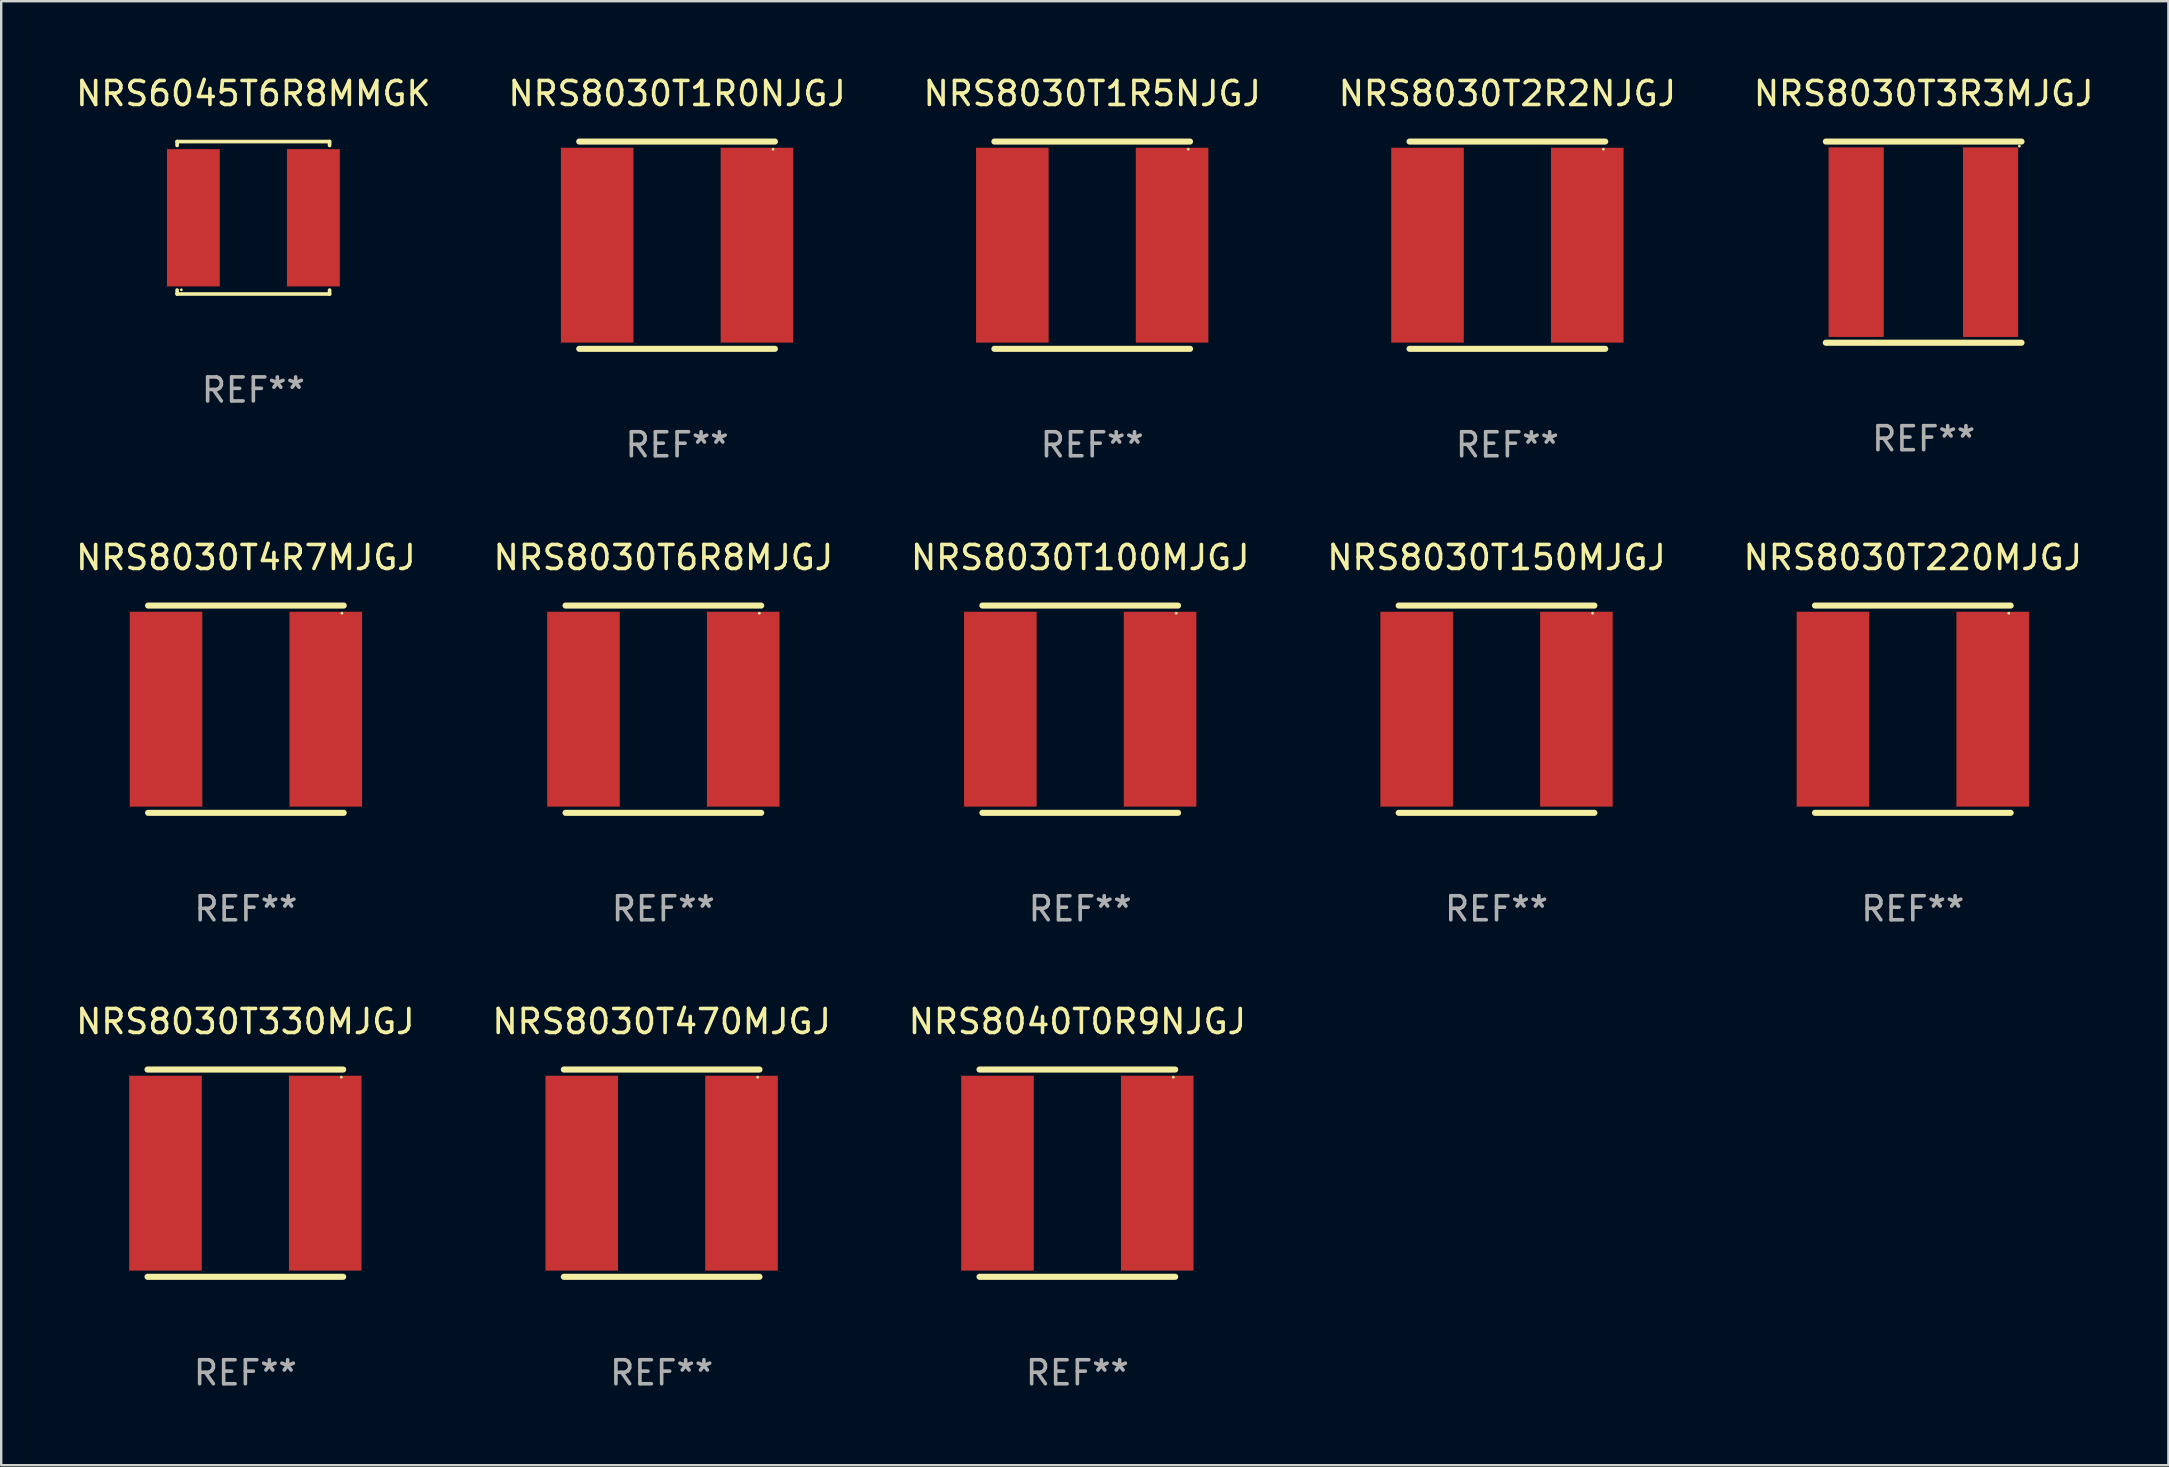
<source format=kicad_pcb>
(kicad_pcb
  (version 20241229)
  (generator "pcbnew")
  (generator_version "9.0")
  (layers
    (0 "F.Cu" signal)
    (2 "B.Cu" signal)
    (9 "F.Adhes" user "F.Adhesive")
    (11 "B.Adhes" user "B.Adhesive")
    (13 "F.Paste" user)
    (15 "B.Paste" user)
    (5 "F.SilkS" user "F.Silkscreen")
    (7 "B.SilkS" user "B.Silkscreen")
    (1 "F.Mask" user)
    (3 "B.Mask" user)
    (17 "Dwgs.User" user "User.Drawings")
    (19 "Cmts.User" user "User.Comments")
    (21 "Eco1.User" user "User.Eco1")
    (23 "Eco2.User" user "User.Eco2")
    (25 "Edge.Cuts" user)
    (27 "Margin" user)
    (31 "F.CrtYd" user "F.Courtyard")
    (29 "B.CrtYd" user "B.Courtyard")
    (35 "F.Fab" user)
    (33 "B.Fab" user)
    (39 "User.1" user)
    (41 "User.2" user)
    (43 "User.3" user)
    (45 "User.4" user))
  (footprint "NRS8030T100MJGJ"
    (layer "F.Cu")
    (at 41.958 26.499)
    (property "Reference" "NRS8030T100MJGJ" (at 0 -6.318 0) (layer "F.SilkS") (effects (font (size 1 1) (thickness 0.15))))
    (attr through_hole)
    (fp_line (start -4.076 -4.318) (end 4.076 -4.318) (stroke (width 0.254) (type solid)) (layer "F.SilkS"))
    (fp_line (start -4.076 4.318) (end 4.076 4.318) (stroke (width 0.254) (type solid)) (layer "F.SilkS"))
    (fp_circle (center 4 -4) (end 4.03 -4) (stroke (width 0.06) (type solid)) (fill no) (layer "F.SilkS"))
    (fp_text user "REF**" (at 0 8.318 0) (layer "F.Fab") (effects (font (size 1 1) (thickness 0.15))))
    (pad "1" smd rect (at 3.328 0) (size 3.024 8.12) (layers "F.Cu" "F.Mask" "F.Paste"))
    (pad "2" smd rect (at -3.328 0) (size 3.024 8.12) (layers "F.Cu" "F.Mask" "F.Paste")))
  (footprint "NRS8030T1R0NJGJ"
    (layer "F.Cu")
    (at 25.161 7.166)
    (property "Reference" "NRS8030T1R0NJGJ" (at 0 -6.318 0) (layer "F.SilkS") (effects (font (size 1 1) (thickness 0.15))))
    (attr through_hole)
    (fp_line (start -4.076 -4.318) (end 4.076 -4.318) (stroke (width 0.254) (type solid)) (layer "F.SilkS"))
    (fp_line (start -4.076 4.318) (end 4.076 4.318) (stroke (width 0.254) (type solid)) (layer "F.SilkS"))
    (fp_circle (center 4 -4) (end 4.03 -4) (stroke (width 0.06) (type solid)) (fill no) (layer "F.SilkS"))
    (fp_text user "REF**" (at 0 8.318 0) (layer "F.Fab") (effects (font (size 1 1) (thickness 0.15))))
    (pad "1" smd rect (at 3.328 0) (size 3.024 8.12) (layers "F.Cu" "F.Mask" "F.Paste"))
    (pad "2" smd rect (at -3.328 0) (size 3.024 8.12) (layers "F.Cu" "F.Mask" "F.Paste")))
  (footprint "NRS8030T3R3MJGJ"
    (layer "F.Cu")
    (at 77.101 7.039)
    (property "Reference" "NRS8030T3R3MJGJ" (at 0 -6.191 0) (layer "F.SilkS") (effects (font (size 1 1) (thickness 0.15))))
    (attr through_hole)
    (fp_line (start -4.076 -4.191) (end 4.076 -4.191) (stroke (width 0.254) (type solid)) (layer "F.SilkS"))
    (fp_line (start -4.076 4.191) (end 4.076 4.191) (stroke (width 0.254) (type solid)) (layer "F.SilkS"))
    (fp_circle (center 3.988 -4) (end 4.018 -4) (stroke (width 0.06) (type solid)) (fill no) (layer "F.SilkS"))
    (fp_text user "REF**" (at 0 8.191 0) (layer "F.Fab") (effects (font (size 1 1) (thickness 0.15))))
    (pad "1" smd rect (at 2.788 0.000025) (size 2.3 7.9) (layers "F.Cu" "F.Mask" "F.Paste"))
    (pad "2" smd rect (at -2.812 0.000025) (size 2.3 7.9) (layers "F.Cu" "F.Mask" "F.Paste")))
  (footprint "NRS8030T330MJGJ"
    (layer "F.Cu")
    (at 7.173 45.831)
    (property "Reference" "NRS8030T330MJGJ" (at 0 -6.318 0) (layer "F.SilkS") (effects (font (size 1 1) (thickness 0.15))))
    (attr through_hole)
    (fp_line (start -4.076 -4.318) (end 4.076 -4.318) (stroke (width 0.254) (type solid)) (layer "F.SilkS"))
    (fp_line (start -4.076 4.318) (end 4.076 4.318) (stroke (width 0.254) (type solid)) (layer "F.SilkS"))
    (fp_circle (center 4 -4) (end 4.03 -4) (stroke (width 0.06) (type solid)) (fill no) (layer "F.SilkS"))
    (fp_text user "REF**" (at 0 8.318 0) (layer "F.Fab") (effects (font (size 1 1) (thickness 0.15))))
    (pad "1" smd rect (at 3.328 0) (size 3.024 8.12) (layers "F.Cu" "F.Mask" "F.Paste"))
    (pad "2" smd rect (at -3.328 0) (size 3.024 8.12) (layers "F.Cu" "F.Mask" "F.Paste")))
  (footprint "NRS8030T2R2NJGJ"
    (layer "F.Cu")
    (at 59.756 7.166)
    (property "Reference" "NRS8030T2R2NJGJ" (at 0 -6.318 0) (layer "F.SilkS") (effects (font (size 1 1) (thickness 0.15))))
    (attr through_hole)
    (fp_line (start -4.076 -4.318) (end 4.076 -4.318) (stroke (width 0.254) (type solid)) (layer "F.SilkS"))
    (fp_line (start -4.076 4.318) (end 4.076 4.318) (stroke (width 0.254) (type solid)) (layer "F.SilkS"))
    (fp_circle (center 4 -4) (end 4.03 -4) (stroke (width 0.06) (type solid)) (fill no) (layer "F.SilkS"))
    (fp_text user "REF**" (at 0 8.318 0) (layer "F.Fab") (effects (font (size 1 1) (thickness 0.15))))
    (pad "1" smd rect (at 3.328 0) (size 3.024 8.12) (layers "F.Cu" "F.Mask" "F.Paste"))
    (pad "2" smd rect (at -3.328 0) (size 3.024 8.12) (layers "F.Cu" "F.Mask" "F.Paste")))
  (footprint "NRS8030T150MJGJ"
    (layer "F.Cu")
    (at 59.304 26.499)
    (property "Reference" "NRS8030T150MJGJ" (at 0 -6.318 0) (layer "F.SilkS") (effects (font (size 1 1) (thickness 0.15))))
    (attr through_hole)
    (fp_line (start -4.076 -4.318) (end 4.076 -4.318) (stroke (width 0.254) (type solid)) (layer "F.SilkS"))
    (fp_line (start -4.076 4.318) (end 4.076 4.318) (stroke (width 0.254) (type solid)) (layer "F.SilkS"))
    (fp_circle (center 4 -4) (end 4.03 -4) (stroke (width 0.06) (type solid)) (fill no) (layer "F.SilkS"))
    (fp_text user "REF**" (at 0 8.318 0) (layer "F.Fab") (effects (font (size 1 1) (thickness 0.15))))
    (pad "1" smd rect (at 3.328 0) (size 3.024 8.12) (layers "F.Cu" "F.Mask" "F.Paste"))
    (pad "2" smd rect (at -3.328 0) (size 3.024 8.12) (layers "F.Cu" "F.Mask" "F.Paste")))
  (footprint "NRS8030T220MJGJ"
    (layer "F.Cu")
    (at 76.649 26.499)
    (property "Reference" "NRS8030T220MJGJ" (at 0 -6.318 0) (layer "F.SilkS") (effects (font (size 1 1) (thickness 0.15))))
    (attr through_hole)
    (fp_line (start -4.076 -4.318) (end 4.076 -4.318) (stroke (width 0.254) (type solid)) (layer "F.SilkS"))
    (fp_line (start -4.076 4.318) (end 4.076 4.318) (stroke (width 0.254) (type solid)) (layer "F.SilkS"))
    (fp_circle (center 4 -4) (end 4.03 -4) (stroke (width 0.06) (type solid)) (fill no) (layer "F.SilkS"))
    (fp_text user "REF**" (at 0 8.318 0) (layer "F.Fab") (effects (font (size 1 1) (thickness 0.15))))
    (pad "1" smd rect (at 3.328 0) (size 3.024 8.12) (layers "F.Cu" "F.Mask" "F.Paste"))
    (pad "2" smd rect (at -3.328 0) (size 3.024 8.12) (layers "F.Cu" "F.Mask" "F.Paste")))
  (footprint "NRS6045T6R8MMGK"
    (layer "F.Cu")
    (at 7.506 6.024)
    (property "Reference" "NRS6045T6R8MMGK" (at 0 -5.176 0) (layer "F.SilkS") (effects (font (size 1 1) (thickness 0.15))))
    (attr through_hole)
    (fp_line (start -3.176 -3.176) (end 3.176 -3.176) (stroke (width 0.152) (type solid)) (layer "F.SilkS"))
    (fp_line (start -3.176 -3.012) (end -3.176 -3.176) (stroke (width 0.152) (type solid)) (layer "F.SilkS"))
    (fp_line (start -3.176 3.012) (end -3.176 3.176) (stroke (width 0.152) (type solid)) (layer "F.SilkS"))
    (fp_line (start -3.176 3.176) (end 3.176 3.176) (stroke (width 0.152) (type solid)) (layer "F.SilkS"))
    (fp_line (start 3.176 -3.176) (end 3.176 -3.012) (stroke (width 0.152) (type solid)) (layer "F.SilkS"))
    (fp_line (start 3.176 3.176) (end 3.176 3.012) (stroke (width 0.152) (type solid)) (layer "F.SilkS"))
    (fp_circle (center -3 3) (end -2.97 3) (stroke (width 0.06) (type solid)) (fill no) (layer "F.SilkS"))
    (fp_text user "REF**" (at 0 7.176 0) (layer "F.Fab") (effects (font (size 1 1) (thickness 0.15))))
    (pad "1" smd rect (at -2.5 0) (size 2.2 5.72) (layers "F.Cu" "F.Mask" "F.Paste"))
    (pad "2" smd rect (at 2.5 0) (size 2.2 5.72) (layers "F.Cu" "F.Mask" "F.Paste")))
  (footprint "NRS8040T0R9NJGJ"
    (layer "F.Cu")
    (at 41.839 45.831)
    (property "Reference" "NRS8040T0R9NJGJ" (at 0 -6.318 0) (layer "F.SilkS") (effects (font (size 1 1) (thickness 0.15))))
    (attr through_hole)
    (fp_line (start -4.076 -4.318) (end 4.076 -4.318) (stroke (width 0.254) (type solid)) (layer "F.SilkS"))
    (fp_line (start -4.076 4.318) (end 4.076 4.318) (stroke (width 0.254) (type solid)) (layer "F.SilkS"))
    (fp_circle (center 4 -4) (end 4.03 -4) (stroke (width 0.06) (type solid)) (fill no) (layer "F.SilkS"))
    (fp_text user "REF**" (at 0 8.318 0) (layer "F.Fab") (effects (font (size 1 1) (thickness 0.15))))
    (pad "1" smd rect (at 3.328 0) (size 3.024 8.12) (layers "F.Cu" "F.Mask" "F.Paste"))
    (pad "2" smd rect (at -3.328 0) (size 3.024 8.12) (layers "F.Cu" "F.Mask" "F.Paste")))
  (footprint "NRS8030T4R7MJGJ"
    (layer "F.Cu")
    (at 7.196 26.499)
    (property "Reference" "NRS8030T4R7MJGJ" (at 0 -6.318 0) (layer "F.SilkS") (effects (font (size 1 1) (thickness 0.15))))
    (attr through_hole)
    (fp_line (start -4.076 -4.318) (end 4.076 -4.318) (stroke (width 0.254) (type solid)) (layer "F.SilkS"))
    (fp_line (start -4.076 4.318) (end 4.076 4.318) (stroke (width 0.254) (type solid)) (layer "F.SilkS"))
    (fp_circle (center 4 -4) (end 4.03 -4) (stroke (width 0.06) (type solid)) (fill no) (layer "F.SilkS"))
    (fp_text user "REF**" (at 0 8.318 0) (layer "F.Fab") (effects (font (size 1 1) (thickness 0.15))))
    (pad "1" smd rect (at 3.328 0) (size 3.024 8.12) (layers "F.Cu" "F.Mask" "F.Paste"))
    (pad "2" smd rect (at -3.328 0) (size 3.024 8.12) (layers "F.Cu" "F.Mask" "F.Paste")))
  (footprint "NRS8030T6R8MJGJ"
    (layer "F.Cu")
    (at 24.589 26.499)
    (property "Reference" "NRS8030T6R8MJGJ" (at 0 -6.318 0) (layer "F.SilkS") (effects (font (size 1 1) (thickness 0.15))))
    (attr through_hole)
    (fp_line (start -4.076 -4.318) (end 4.076 -4.318) (stroke (width 0.254) (type solid)) (layer "F.SilkS"))
    (fp_line (start -4.076 4.318) (end 4.076 4.318) (stroke (width 0.254) (type solid)) (layer "F.SilkS"))
    (fp_circle (center 4 -4) (end 4.03 -4) (stroke (width 0.06) (type solid)) (fill no) (layer "F.SilkS"))
    (fp_text user "REF**" (at 0 8.318 0) (layer "F.Fab") (effects (font (size 1 1) (thickness 0.15))))
    (pad "1" smd rect (at 3.328 0) (size 3.024 8.12) (layers "F.Cu" "F.Mask" "F.Paste"))
    (pad "2" smd rect (at -3.328 0) (size 3.024 8.12) (layers "F.Cu" "F.Mask" "F.Paste")))
  (footprint "NRS8030T1R5NJGJ"
    (layer "F.Cu")
    (at 42.458 7.166)
    (property "Reference" "NRS8030T1R5NJGJ" (at 0 -6.318 0) (layer "F.SilkS") (effects (font (size 1 1) (thickness 0.15))))
    (attr through_hole)
    (fp_line (start -4.076 -4.318) (end 4.076 -4.318) (stroke (width 0.254) (type solid)) (layer "F.SilkS"))
    (fp_line (start -4.076 4.318) (end 4.076 4.318) (stroke (width 0.254) (type solid)) (layer "F.SilkS"))
    (fp_circle (center 4 -4) (end 4.03 -4) (stroke (width 0.06) (type solid)) (fill no) (layer "F.SilkS"))
    (fp_text user "REF**" (at 0 8.318 0) (layer "F.Fab") (effects (font (size 1 1) (thickness 0.15))))
    (pad "1" smd rect (at 3.328 0) (size 3.024 8.12) (layers "F.Cu" "F.Mask" "F.Paste"))
    (pad "2" smd rect (at -3.328 0) (size 3.024 8.12) (layers "F.Cu" "F.Mask" "F.Paste")))
  (footprint "NRS8030T470MJGJ"
    (layer "F.Cu")
    (at 24.518 45.831)
    (property "Reference" "NRS8030T470MJGJ" (at 0 -6.318 0) (layer "F.SilkS") (effects (font (size 1 1) (thickness 0.15))))
    (attr through_hole)
    (fp_line (start -4.076 -4.318) (end 4.076 -4.318) (stroke (width 0.254) (type solid)) (layer "F.SilkS"))
    (fp_line (start -4.076 4.318) (end 4.076 4.318) (stroke (width 0.254) (type solid)) (layer "F.SilkS"))
    (fp_circle (center 4 -4) (end 4.03 -4) (stroke (width 0.06) (type solid)) (fill no) (layer "F.SilkS"))
    (fp_text user "REF**" (at 0 8.318 0) (layer "F.Fab") (effects (font (size 1 1) (thickness 0.15))))
    (pad "1" smd rect (at 3.328 0) (size 3.024 8.12) (layers "F.Cu" "F.Mask" "F.Paste"))
    (pad "2" smd rect (at -3.328 0) (size 3.024 8.12) (layers "F.Cu" "F.Mask" "F.Paste")))
  (gr_rect
    (start -3 -3)
    (end 87.298 57.998)
    (stroke (width 0.1) (type default))
    (fill no)
    (layer "Edge.Cuts")))
</source>
